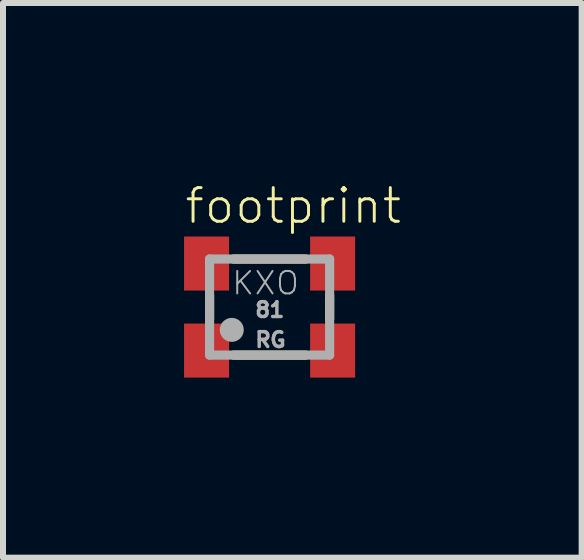
<source format=kicad_pcb>
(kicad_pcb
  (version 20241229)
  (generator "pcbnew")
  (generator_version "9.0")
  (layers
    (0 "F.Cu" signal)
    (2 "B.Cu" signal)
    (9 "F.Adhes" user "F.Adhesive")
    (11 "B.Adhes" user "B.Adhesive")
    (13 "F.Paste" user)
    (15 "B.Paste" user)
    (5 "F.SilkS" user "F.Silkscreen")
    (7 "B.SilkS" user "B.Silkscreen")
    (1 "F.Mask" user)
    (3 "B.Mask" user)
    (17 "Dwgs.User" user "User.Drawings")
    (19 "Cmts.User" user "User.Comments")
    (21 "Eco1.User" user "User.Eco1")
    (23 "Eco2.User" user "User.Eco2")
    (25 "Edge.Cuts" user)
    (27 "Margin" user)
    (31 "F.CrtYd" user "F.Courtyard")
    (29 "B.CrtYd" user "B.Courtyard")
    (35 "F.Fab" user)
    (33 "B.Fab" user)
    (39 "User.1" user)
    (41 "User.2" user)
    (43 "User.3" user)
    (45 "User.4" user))
  (footprint "footprint"
    (layer "F.Cu")
    (at 1.441 2.065)
    (property "Reference" "footprint" (at -1.441 -1.358 0) (layer "F.SilkS") (effects (font (size 0.561 0.561) (thickness 0.049)) (justify left bottom)))
    (fp_line (start -1 -0.2) (end -1 0.2) (stroke (width 0.152) (type solid)) (layer "F.SilkS"))
    (fp_line (start -0.6 -0.8) (end 0.6 -0.8) (stroke (width 0.152) (type solid)) (layer "F.SilkS"))
    (fp_line (start -0.6 0.8) (end 0.6 0.8) (stroke (width 0.152) (type solid)) (layer "F.SilkS"))
    (fp_line (start 1 -0.2) (end 1 0.2) (stroke (width 0.152) (type solid)) (layer "F.SilkS"))
    (fp_line (start -1 -0.8) (end -1 0.8) (stroke (width 0.152) (type solid)) (layer "F.Fab"))
    (fp_line (start -1 0.8) (end 1 0.8) (stroke (width 0.152) (type solid)) (layer "F.Fab"))
    (fp_line (start 1 -0.8) (end -1 -0.8) (stroke (width 0.152) (type solid)) (layer "F.Fab"))
    (fp_line (start 1 0.8) (end 1 -0.8) (stroke (width 0.152) (type solid)) (layer "F.Fab"))
    (fp_circle (center -0.63 0.38) (end -0.53 0.38) (stroke (width 0.2) (type solid)) (fill no) (layer "F.Fab"))
    (fp_text user "RG" (at -0.27 0.69 0) (layer "F.Fab") (effects (font (size 0.247 0.247) (thickness 0.058)) (justify left bottom)))
    (fp_text user "81" (at -0.27 0.19 0) (layer "F.Fab") (effects (font (size 0.247 0.247) (thickness 0.058)) (justify left bottom)))
    (fp_text user "KXO" (at -0.65 -0.18 0) (layer "F.Fab") (effects (font (size 0.374 0.374) (thickness 0.033)) (justify left bottom)))
    (pad "1" smd rect (at -1.05 0.725) (size 0.75 0.9) (layers "F.Cu" "F.Mask" "F.Paste"))
    (pad "2" smd rect (at 1.05 0.725) (size 0.75 0.9) (layers "F.Cu" "F.Mask" "F.Paste"))
    (pad "3" smd rect (at 1.05 -0.725) (size 0.75 0.9) (layers "F.Cu" "F.Mask" "F.Paste"))
    (pad "4" smd rect (at -1.05 -0.725) (size 0.75 0.9) (layers "F.Cu" "F.Mask" "F.Paste")))
  (gr_rect
    (start -3 -3)
    (end 6.639 6.24)
    (stroke (width 0.1) (type default))
    (fill no)
    (layer "Edge.Cuts")))
</source>
